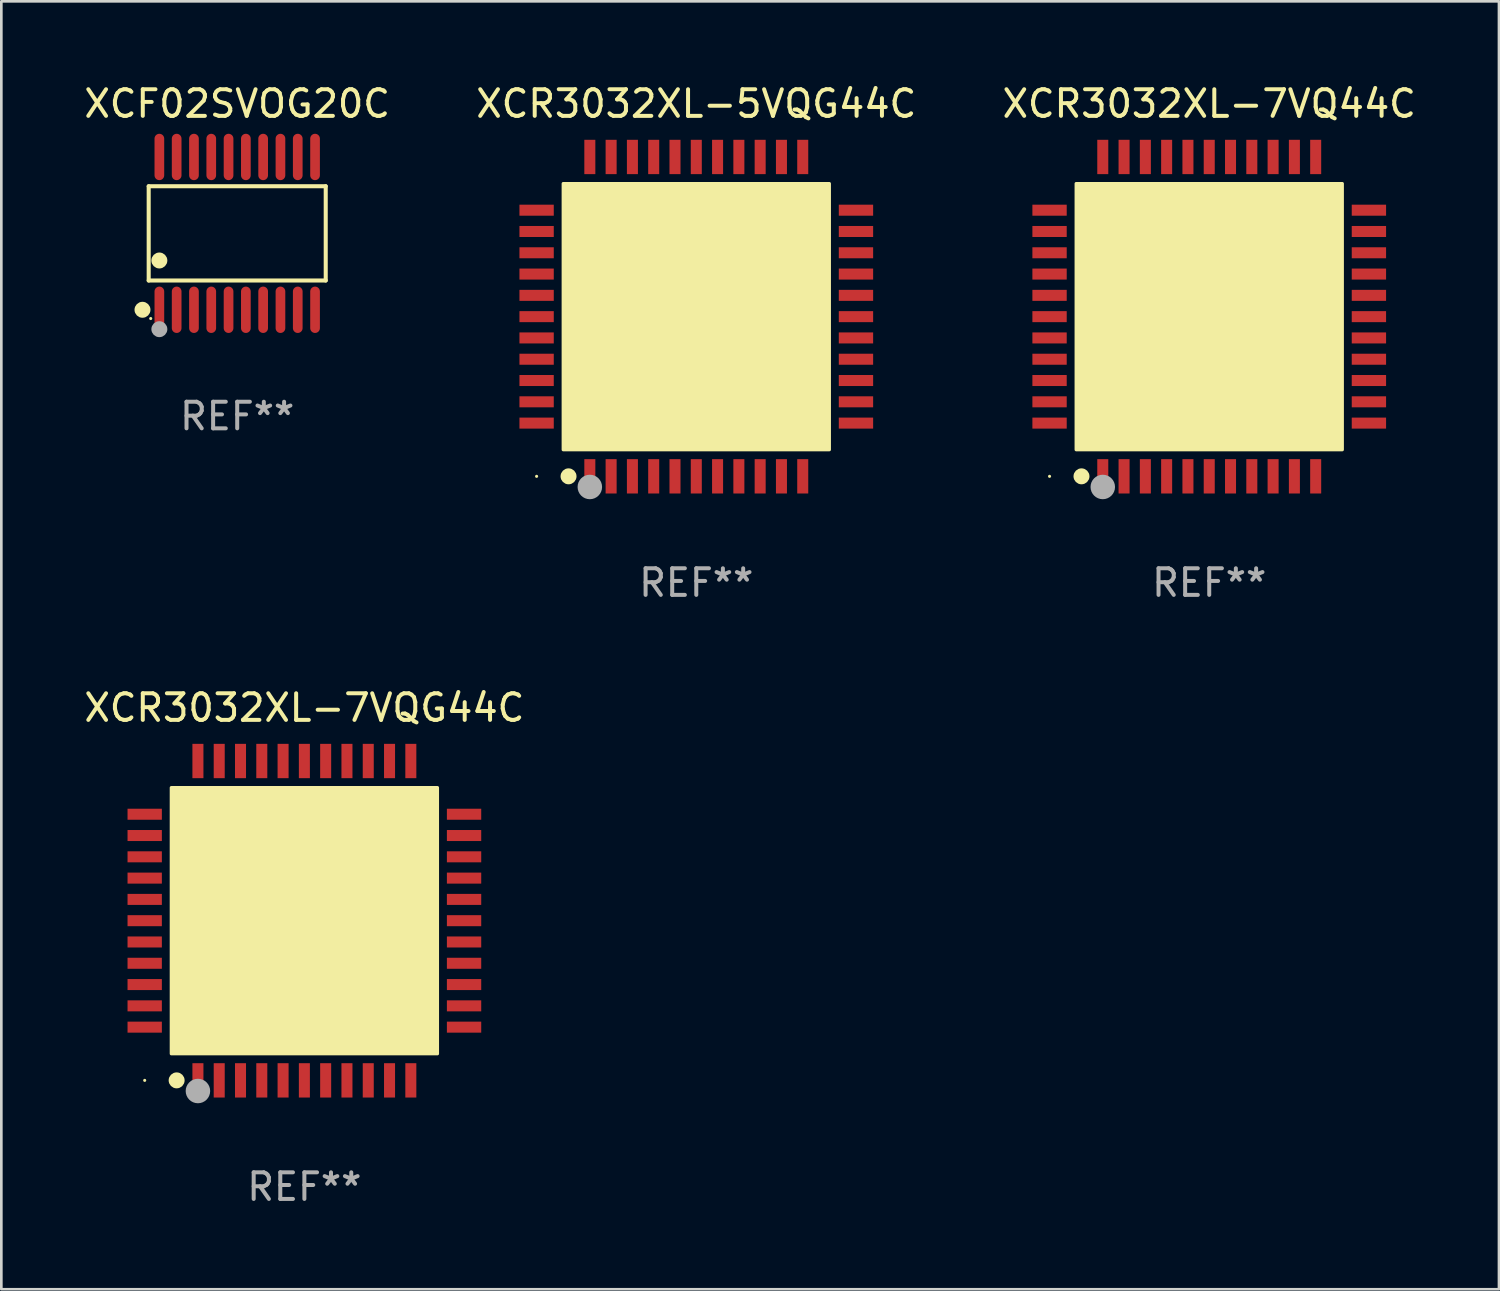
<source format=kicad_pcb>
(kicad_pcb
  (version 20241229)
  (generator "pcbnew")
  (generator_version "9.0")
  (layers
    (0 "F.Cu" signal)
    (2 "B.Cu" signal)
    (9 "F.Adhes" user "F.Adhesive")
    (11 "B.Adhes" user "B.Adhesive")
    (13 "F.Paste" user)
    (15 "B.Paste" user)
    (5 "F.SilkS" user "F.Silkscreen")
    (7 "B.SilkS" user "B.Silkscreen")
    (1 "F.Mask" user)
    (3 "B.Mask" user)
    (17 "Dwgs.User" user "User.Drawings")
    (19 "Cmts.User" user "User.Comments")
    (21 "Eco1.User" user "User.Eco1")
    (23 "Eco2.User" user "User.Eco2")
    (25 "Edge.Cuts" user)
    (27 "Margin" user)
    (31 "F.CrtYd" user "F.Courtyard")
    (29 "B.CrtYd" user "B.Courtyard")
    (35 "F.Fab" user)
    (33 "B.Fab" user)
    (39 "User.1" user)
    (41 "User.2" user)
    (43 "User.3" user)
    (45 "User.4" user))
  (footprint "XCR3032XL-7VQ44C"
    (layer "F.Cu")
    (at 42.387 8.848)
    (property "Reference" "XCR3032XL-7VQ44C" (at 0 -8 0) (layer "F.SilkS") (effects (font (size 1 1) (thickness 0.15))))
    (attr through_hole)
    (fp_circle (center -6 6) (end -5.97 6) (stroke (width 0.06) (type solid)) (fill no) (layer "F.SilkS"))
    (fp_circle (center -4.8 6) (end -4.65 6) (stroke (width 0.3) (type solid)) (fill no) (layer "F.SilkS"))
    (fp_poly (pts (xy -5 -5) (xy 5 -5) (xy 5 5) (xy -5 5)) (stroke (width 0.12) (type solid)) (fill yes) (layer "F.SilkS"))
    (fp_circle (center -4 6.4) (end -3.77 6.4) (stroke (width 0.46) (type solid)) (fill no) (layer "F.Fab"))
    (fp_text user "REF**" (at 0 10 0) (layer "F.Fab") (effects (font (size 1 1) (thickness 0.15))))
    (pad "1" smd rect (at -4 6 90) (size 1.29 0.414) (layers "F.Cu" "F.Mask" "F.Paste"))
    (pad "2" smd rect (at -3.2 6 90) (size 1.29 0.414) (layers "F.Cu" "F.Mask" "F.Paste"))
    (pad "3" smd rect (at -2.4 6 90) (size 1.29 0.414) (layers "F.Cu" "F.Mask" "F.Paste"))
    (pad "4" smd rect (at -1.6 6 90) (size 1.29 0.414) (layers "F.Cu" "F.Mask" "F.Paste"))
    (pad "5" smd rect (at -0.8 6 90) (size 1.29 0.414) (layers "F.Cu" "F.Mask" "F.Paste"))
    (pad "6" smd rect (at 0 6 90) (size 1.29 0.414) (layers "F.Cu" "F.Mask" "F.Paste"))
    (pad "7" smd rect (at 0.8 6 90) (size 1.29 0.414) (layers "F.Cu" "F.Mask" "F.Paste"))
    (pad "8" smd rect (at 1.6 6 90) (size 1.29 0.414) (layers "F.Cu" "F.Mask" "F.Paste"))
    (pad "9" smd rect (at 2.4 6 90) (size 1.29 0.414) (layers "F.Cu" "F.Mask" "F.Paste"))
    (pad "10" smd rect (at 3.2 6 90) (size 1.29 0.414) (layers "F.Cu" "F.Mask" "F.Paste"))
    (pad "11" smd rect (at 4 6 90) (size 1.29 0.414) (layers "F.Cu" "F.Mask" "F.Paste"))
    (pad "12" smd rect (at 6 4 90) (size 0.414 1.29) (layers "F.Cu" "F.Mask" "F.Paste"))
    (pad "13" smd rect (at 6 3.2 90) (size 0.414 1.29) (layers "F.Cu" "F.Mask" "F.Paste"))
    (pad "14" smd rect (at 6 2.4 90) (size 0.414 1.29) (layers "F.Cu" "F.Mask" "F.Paste"))
    (pad "15" smd rect (at 6 1.6 90) (size 0.414 1.29) (layers "F.Cu" "F.Mask" "F.Paste"))
    (pad "16" smd rect (at 6 0.8 90) (size 0.414 1.29) (layers "F.Cu" "F.Mask" "F.Paste"))
    (pad "17" smd rect (at 6 0 90) (size 0.414 1.29) (layers "F.Cu" "F.Mask" "F.Paste"))
    (pad "18" smd rect (at 6 -0.8 90) (size 0.414 1.29) (layers "F.Cu" "F.Mask" "F.Paste"))
    (pad "19" smd rect (at 6 -1.6 90) (size 0.414 1.29) (layers "F.Cu" "F.Mask" "F.Paste"))
    (pad "20" smd rect (at 6 -2.4 90) (size 0.414 1.29) (layers "F.Cu" "F.Mask" "F.Paste"))
    (pad "21" smd rect (at 6 -3.2 90) (size 0.414 1.29) (layers "F.Cu" "F.Mask" "F.Paste"))
    (pad "22" smd rect (at 6 -4 90) (size 0.414 1.29) (layers "F.Cu" "F.Mask" "F.Paste"))
    (pad "23" smd rect (at 4 -6 90) (size 1.29 0.414) (layers "F.Cu" "F.Mask" "F.Paste"))
    (pad "24" smd rect (at 3.2 -6 90) (size 1.29 0.414) (layers "F.Cu" "F.Mask" "F.Paste"))
    (pad "25" smd rect (at 2.4 -6 90) (size 1.29 0.414) (layers "F.Cu" "F.Mask" "F.Paste"))
    (pad "26" smd rect (at 1.6 -6 90) (size 1.29 0.414) (layers "F.Cu" "F.Mask" "F.Paste"))
    (pad "27" smd rect (at 0.8 -6 90) (size 1.29 0.414) (layers "F.Cu" "F.Mask" "F.Paste"))
    (pad "28" smd rect (at 0 -6 90) (size 1.29 0.414) (layers "F.Cu" "F.Mask" "F.Paste"))
    (pad "29" smd rect (at -0.8 -6 90) (size 1.29 0.414) (layers "F.Cu" "F.Mask" "F.Paste"))
    (pad "30" smd rect (at -1.6 -6 90) (size 1.29 0.414) (layers "F.Cu" "F.Mask" "F.Paste"))
    (pad "31" smd rect (at -2.4 -6 90) (size 1.29 0.414) (layers "F.Cu" "F.Mask" "F.Paste"))
    (pad "32" smd rect (at -3.2 -6 90) (size 1.29 0.414) (layers "F.Cu" "F.Mask" "F.Paste"))
    (pad "33" smd rect (at -4 -6 90) (size 1.29 0.414) (layers "F.Cu" "F.Mask" "F.Paste"))
    (pad "34" smd rect (at -6 -4 180) (size 1.29 0.414) (layers "F.Cu" "F.Mask" "F.Paste"))
    (pad "35" smd rect (at -6 -3.2 180) (size 1.29 0.414) (layers "F.Cu" "F.Mask" "F.Paste"))
    (pad "36" smd rect (at -6 -2.4 180) (size 1.29 0.414) (layers "F.Cu" "F.Mask" "F.Paste"))
    (pad "37" smd rect (at -6 -1.6 180) (size 1.29 0.414) (layers "F.Cu" "F.Mask" "F.Paste"))
    (pad "38" smd rect (at -6 -0.8 180) (size 1.29 0.414) (layers "F.Cu" "F.Mask" "F.Paste"))
    (pad "39" smd rect (at -6 0 180) (size 1.29 0.414) (layers "F.Cu" "F.Mask" "F.Paste"))
    (pad "40" smd rect (at -6 0.8 180) (size 1.29 0.414) (layers "F.Cu" "F.Mask" "F.Paste"))
    (pad "41" smd rect (at -6 1.6 180) (size 1.29 0.414) (layers "F.Cu" "F.Mask" "F.Paste"))
    (pad "42" smd rect (at -6 2.4 180) (size 1.29 0.414) (layers "F.Cu" "F.Mask" "F.Paste"))
    (pad "43" smd rect (at -6 3.2 180) (size 1.29 0.414) (layers "F.Cu" "F.Mask" "F.Paste"))
    (pad "44" smd rect (at -6 4 180) (size 1.29 0.414) (layers "F.Cu" "F.Mask" "F.Paste")))
  (footprint "XCR3032XL-7VQG44C"
    (layer "F.Cu")
    (at 8.387 31.545)
    (property "Reference" "XCR3032XL-7VQG44C" (at 0 -8 0) (layer "F.SilkS") (effects (font (size 1 1) (thickness 0.15))))
    (attr through_hole)
    (fp_circle (center -6 6) (end -5.97 6) (stroke (width 0.06) (type solid)) (fill no) (layer "F.SilkS"))
    (fp_circle (center -4.8 6) (end -4.65 6) (stroke (width 0.3) (type solid)) (fill no) (layer "F.SilkS"))
    (fp_poly (pts (xy -5 -5) (xy 5 -5) (xy 5 5) (xy -5 5)) (stroke (width 0.12) (type solid)) (fill yes) (layer "F.SilkS"))
    (fp_circle (center -4 6.4) (end -3.77 6.4) (stroke (width 0.46) (type solid)) (fill no) (layer "F.Fab"))
    (fp_text user "REF**" (at 0 10 0) (layer "F.Fab") (effects (font (size 1 1) (thickness 0.15))))
    (pad "1" smd rect (at -4 6 90) (size 1.29 0.414) (layers "F.Cu" "F.Mask" "F.Paste"))
    (pad "2" smd rect (at -3.2 6 90) (size 1.29 0.414) (layers "F.Cu" "F.Mask" "F.Paste"))
    (pad "3" smd rect (at -2.4 6 90) (size 1.29 0.414) (layers "F.Cu" "F.Mask" "F.Paste"))
    (pad "4" smd rect (at -1.6 6 90) (size 1.29 0.414) (layers "F.Cu" "F.Mask" "F.Paste"))
    (pad "5" smd rect (at -0.8 6 90) (size 1.29 0.414) (layers "F.Cu" "F.Mask" "F.Paste"))
    (pad "6" smd rect (at 0 6 90) (size 1.29 0.414) (layers "F.Cu" "F.Mask" "F.Paste"))
    (pad "7" smd rect (at 0.8 6 90) (size 1.29 0.414) (layers "F.Cu" "F.Mask" "F.Paste"))
    (pad "8" smd rect (at 1.6 6 90) (size 1.29 0.414) (layers "F.Cu" "F.Mask" "F.Paste"))
    (pad "9" smd rect (at 2.4 6 90) (size 1.29 0.414) (layers "F.Cu" "F.Mask" "F.Paste"))
    (pad "10" smd rect (at 3.2 6 90) (size 1.29 0.414) (layers "F.Cu" "F.Mask" "F.Paste"))
    (pad "11" smd rect (at 4 6 90) (size 1.29 0.414) (layers "F.Cu" "F.Mask" "F.Paste"))
    (pad "12" smd rect (at 6 4 90) (size 0.414 1.29) (layers "F.Cu" "F.Mask" "F.Paste"))
    (pad "13" smd rect (at 6 3.2 90) (size 0.414 1.29) (layers "F.Cu" "F.Mask" "F.Paste"))
    (pad "14" smd rect (at 6 2.4 90) (size 0.414 1.29) (layers "F.Cu" "F.Mask" "F.Paste"))
    (pad "15" smd rect (at 6 1.6 90) (size 0.414 1.29) (layers "F.Cu" "F.Mask" "F.Paste"))
    (pad "16" smd rect (at 6 0.8 90) (size 0.414 1.29) (layers "F.Cu" "F.Mask" "F.Paste"))
    (pad "17" smd rect (at 6 0 90) (size 0.414 1.29) (layers "F.Cu" "F.Mask" "F.Paste"))
    (pad "18" smd rect (at 6 -0.8 90) (size 0.414 1.29) (layers "F.Cu" "F.Mask" "F.Paste"))
    (pad "19" smd rect (at 6 -1.6 90) (size 0.414 1.29) (layers "F.Cu" "F.Mask" "F.Paste"))
    (pad "20" smd rect (at 6 -2.4 90) (size 0.414 1.29) (layers "F.Cu" "F.Mask" "F.Paste"))
    (pad "21" smd rect (at 6 -3.2 90) (size 0.414 1.29) (layers "F.Cu" "F.Mask" "F.Paste"))
    (pad "22" smd rect (at 6 -4 90) (size 0.414 1.29) (layers "F.Cu" "F.Mask" "F.Paste"))
    (pad "23" smd rect (at 4 -6 90) (size 1.29 0.414) (layers "F.Cu" "F.Mask" "F.Paste"))
    (pad "24" smd rect (at 3.2 -6 90) (size 1.29 0.414) (layers "F.Cu" "F.Mask" "F.Paste"))
    (pad "25" smd rect (at 2.4 -6 90) (size 1.29 0.414) (layers "F.Cu" "F.Mask" "F.Paste"))
    (pad "26" smd rect (at 1.6 -6 90) (size 1.29 0.414) (layers "F.Cu" "F.Mask" "F.Paste"))
    (pad "27" smd rect (at 0.8 -6 90) (size 1.29 0.414) (layers "F.Cu" "F.Mask" "F.Paste"))
    (pad "28" smd rect (at 0 -6 90) (size 1.29 0.414) (layers "F.Cu" "F.Mask" "F.Paste"))
    (pad "29" smd rect (at -0.8 -6 90) (size 1.29 0.414) (layers "F.Cu" "F.Mask" "F.Paste"))
    (pad "30" smd rect (at -1.6 -6 90) (size 1.29 0.414) (layers "F.Cu" "F.Mask" "F.Paste"))
    (pad "31" smd rect (at -2.4 -6 90) (size 1.29 0.414) (layers "F.Cu" "F.Mask" "F.Paste"))
    (pad "32" smd rect (at -3.2 -6 90) (size 1.29 0.414) (layers "F.Cu" "F.Mask" "F.Paste"))
    (pad "33" smd rect (at -4 -6 90) (size 1.29 0.414) (layers "F.Cu" "F.Mask" "F.Paste"))
    (pad "34" smd rect (at -6 -4 180) (size 1.29 0.414) (layers "F.Cu" "F.Mask" "F.Paste"))
    (pad "35" smd rect (at -6 -3.2 180) (size 1.29 0.414) (layers "F.Cu" "F.Mask" "F.Paste"))
    (pad "36" smd rect (at -6 -2.4 180) (size 1.29 0.414) (layers "F.Cu" "F.Mask" "F.Paste"))
    (pad "37" smd rect (at -6 -1.6 180) (size 1.29 0.414) (layers "F.Cu" "F.Mask" "F.Paste"))
    (pad "38" smd rect (at -6 -0.8 180) (size 1.29 0.414) (layers "F.Cu" "F.Mask" "F.Paste"))
    (pad "39" smd rect (at -6 0 180) (size 1.29 0.414) (layers "F.Cu" "F.Mask" "F.Paste"))
    (pad "40" smd rect (at -6 0.8 180) (size 1.29 0.414) (layers "F.Cu" "F.Mask" "F.Paste"))
    (pad "41" smd rect (at -6 1.6 180) (size 1.29 0.414) (layers "F.Cu" "F.Mask" "F.Paste"))
    (pad "42" smd rect (at -6 2.4 180) (size 1.29 0.414) (layers "F.Cu" "F.Mask" "F.Paste"))
    (pad "43" smd rect (at -6 3.2 180) (size 1.29 0.414) (layers "F.Cu" "F.Mask" "F.Paste"))
    (pad "44" smd rect (at -6 4 180) (size 1.29 0.414) (layers "F.Cu" "F.Mask" "F.Paste")))
  (footprint "XCR3032XL-5VQG44C"
    (layer "F.Cu")
    (at 23.113 8.848)
    (property "Reference" "XCR3032XL-5VQG44C" (at 0 -8 0) (layer "F.SilkS") (effects (font (size 1 1) (thickness 0.15))))
    (attr through_hole)
    (fp_circle (center -6 6) (end -5.97 6) (stroke (width 0.06) (type solid)) (fill no) (layer "F.SilkS"))
    (fp_circle (center -4.8 6) (end -4.65 6) (stroke (width 0.3) (type solid)) (fill no) (layer "F.SilkS"))
    (fp_poly (pts (xy -5 -5) (xy 5 -5) (xy 5 5) (xy -5 5)) (stroke (width 0.12) (type solid)) (fill yes) (layer "F.SilkS"))
    (fp_circle (center -4 6.4) (end -3.77 6.4) (stroke (width 0.46) (type solid)) (fill no) (layer "F.Fab"))
    (fp_text user "REF**" (at 0 10 0) (layer "F.Fab") (effects (font (size 1 1) (thickness 0.15))))
    (pad "1" smd rect (at -4 6 90) (size 1.29 0.414) (layers "F.Cu" "F.Mask" "F.Paste"))
    (pad "2" smd rect (at -3.2 6 90) (size 1.29 0.414) (layers "F.Cu" "F.Mask" "F.Paste"))
    (pad "3" smd rect (at -2.4 6 90) (size 1.29 0.414) (layers "F.Cu" "F.Mask" "F.Paste"))
    (pad "4" smd rect (at -1.6 6 90) (size 1.29 0.414) (layers "F.Cu" "F.Mask" "F.Paste"))
    (pad "5" smd rect (at -0.8 6 90) (size 1.29 0.414) (layers "F.Cu" "F.Mask" "F.Paste"))
    (pad "6" smd rect (at 0 6 90) (size 1.29 0.414) (layers "F.Cu" "F.Mask" "F.Paste"))
    (pad "7" smd rect (at 0.8 6 90) (size 1.29 0.414) (layers "F.Cu" "F.Mask" "F.Paste"))
    (pad "8" smd rect (at 1.6 6 90) (size 1.29 0.414) (layers "F.Cu" "F.Mask" "F.Paste"))
    (pad "9" smd rect (at 2.4 6 90) (size 1.29 0.414) (layers "F.Cu" "F.Mask" "F.Paste"))
    (pad "10" smd rect (at 3.2 6 90) (size 1.29 0.414) (layers "F.Cu" "F.Mask" "F.Paste"))
    (pad "11" smd rect (at 4 6 90) (size 1.29 0.414) (layers "F.Cu" "F.Mask" "F.Paste"))
    (pad "12" smd rect (at 6 4 90) (size 0.414 1.29) (layers "F.Cu" "F.Mask" "F.Paste"))
    (pad "13" smd rect (at 6 3.2 90) (size 0.414 1.29) (layers "F.Cu" "F.Mask" "F.Paste"))
    (pad "14" smd rect (at 6 2.4 90) (size 0.414 1.29) (layers "F.Cu" "F.Mask" "F.Paste"))
    (pad "15" smd rect (at 6 1.6 90) (size 0.414 1.29) (layers "F.Cu" "F.Mask" "F.Paste"))
    (pad "16" smd rect (at 6 0.8 90) (size 0.414 1.29) (layers "F.Cu" "F.Mask" "F.Paste"))
    (pad "17" smd rect (at 6 0 90) (size 0.414 1.29) (layers "F.Cu" "F.Mask" "F.Paste"))
    (pad "18" smd rect (at 6 -0.8 90) (size 0.414 1.29) (layers "F.Cu" "F.Mask" "F.Paste"))
    (pad "19" smd rect (at 6 -1.6 90) (size 0.414 1.29) (layers "F.Cu" "F.Mask" "F.Paste"))
    (pad "20" smd rect (at 6 -2.4 90) (size 0.414 1.29) (layers "F.Cu" "F.Mask" "F.Paste"))
    (pad "21" smd rect (at 6 -3.2 90) (size 0.414 1.29) (layers "F.Cu" "F.Mask" "F.Paste"))
    (pad "22" smd rect (at 6 -4 90) (size 0.414 1.29) (layers "F.Cu" "F.Mask" "F.Paste"))
    (pad "23" smd rect (at 4 -6 90) (size 1.29 0.414) (layers "F.Cu" "F.Mask" "F.Paste"))
    (pad "24" smd rect (at 3.2 -6 90) (size 1.29 0.414) (layers "F.Cu" "F.Mask" "F.Paste"))
    (pad "25" smd rect (at 2.4 -6 90) (size 1.29 0.414) (layers "F.Cu" "F.Mask" "F.Paste"))
    (pad "26" smd rect (at 1.6 -6 90) (size 1.29 0.414) (layers "F.Cu" "F.Mask" "F.Paste"))
    (pad "27" smd rect (at 0.8 -6 90) (size 1.29 0.414) (layers "F.Cu" "F.Mask" "F.Paste"))
    (pad "28" smd rect (at 0 -6 90) (size 1.29 0.414) (layers "F.Cu" "F.Mask" "F.Paste"))
    (pad "29" smd rect (at -0.8 -6 90) (size 1.29 0.414) (layers "F.Cu" "F.Mask" "F.Paste"))
    (pad "30" smd rect (at -1.6 -6 90) (size 1.29 0.414) (layers "F.Cu" "F.Mask" "F.Paste"))
    (pad "31" smd rect (at -2.4 -6 90) (size 1.29 0.414) (layers "F.Cu" "F.Mask" "F.Paste"))
    (pad "32" smd rect (at -3.2 -6 90) (size 1.29 0.414) (layers "F.Cu" "F.Mask" "F.Paste"))
    (pad "33" smd rect (at -4 -6 90) (size 1.29 0.414) (layers "F.Cu" "F.Mask" "F.Paste"))
    (pad "34" smd rect (at -6 -4 180) (size 1.29 0.414) (layers "F.Cu" "F.Mask" "F.Paste"))
    (pad "35" smd rect (at -6 -3.2 180) (size 1.29 0.414) (layers "F.Cu" "F.Mask" "F.Paste"))
    (pad "36" smd rect (at -6 -2.4 180) (size 1.29 0.414) (layers "F.Cu" "F.Mask" "F.Paste"))
    (pad "37" smd rect (at -6 -1.6 180) (size 1.29 0.414) (layers "F.Cu" "F.Mask" "F.Paste"))
    (pad "38" smd rect (at -6 -0.8 180) (size 1.29 0.414) (layers "F.Cu" "F.Mask" "F.Paste"))
    (pad "39" smd rect (at -6 0 180) (size 1.29 0.414) (layers "F.Cu" "F.Mask" "F.Paste"))
    (pad "40" smd rect (at -6 0.8 180) (size 1.29 0.414) (layers "F.Cu" "F.Mask" "F.Paste"))
    (pad "41" smd rect (at -6 1.6 180) (size 1.29 0.414) (layers "F.Cu" "F.Mask" "F.Paste"))
    (pad "42" smd rect (at -6 2.4 180) (size 1.29 0.414) (layers "F.Cu" "F.Mask" "F.Paste"))
    (pad "43" smd rect (at -6 3.2 180) (size 1.29 0.414) (layers "F.Cu" "F.Mask" "F.Paste"))
    (pad "44" smd rect (at -6 4 180) (size 1.29 0.414) (layers "F.Cu" "F.Mask" "F.Paste")))
  (footprint "XCF02SVOG20C"
    (layer "F.Cu")
    (at 5.863 5.719)
    (property "Reference" "XCF02SVOG20C" (at 0 -4.871 0) (layer "F.SilkS") (effects (font (size 1 1) (thickness 0.15))))
    (attr through_hole)
    (fp_line (start -3.326 -1.771) (end 3.326 -1.771) (stroke (width 0.152) (type solid)) (layer "F.SilkS"))
    (fp_line (start -3.326 1.771) (end -3.326 -1.771) (stroke (width 0.152) (type solid)) (layer "F.SilkS"))
    (fp_line (start 3.326 -1.771) (end 3.326 1.771) (stroke (width 0.152) (type solid)) (layer "F.SilkS"))
    (fp_line (start 3.326 1.771) (end -3.326 1.771) (stroke (width 0.152) (type solid)) (layer "F.SilkS"))
    (fp_circle (center -3.559 2.871) (end -3.409 2.871) (stroke (width 0.3) (type solid)) (fill no) (layer "F.SilkS"))
    (fp_circle (center -3.25 3.2) (end -3.22 3.2) (stroke (width 0.06) (type solid)) (fill no) (layer "F.SilkS"))
    (fp_circle (center -2.925 1.019) (end -2.775 1.019) (stroke (width 0.3) (type solid)) (fill no) (layer "F.SilkS"))
    (fp_circle (center -2.925 3.6) (end -2.775 3.6) (stroke (width 0.3) (type solid)) (fill no) (layer "F.Fab"))
    (fp_text user "REF**" (at 0 6.871 0) (layer "F.Fab") (effects (font (size 1 1) (thickness 0.15))))
    (pad "1" smd oval (at -2.925 2.871) (size 0.364 1.742) (layers "F.Cu" "F.Mask" "F.Paste"))
    (pad "2" smd oval (at -2.275 2.871) (size 0.364 1.742) (layers "F.Cu" "F.Mask" "F.Paste"))
    (pad "3" smd oval (at -1.625 2.871) (size 0.364 1.742) (layers "F.Cu" "F.Mask" "F.Paste"))
    (pad "4" smd oval (at -0.975 2.871) (size 0.364 1.742) (layers "F.Cu" "F.Mask" "F.Paste"))
    (pad "5" smd oval (at -0.325 2.871) (size 0.364 1.742) (layers "F.Cu" "F.Mask" "F.Paste"))
    (pad "6" smd oval (at 0.325 2.871) (size 0.364 1.742) (layers "F.Cu" "F.Mask" "F.Paste"))
    (pad "7" smd oval (at 0.975 2.871) (size 0.364 1.742) (layers "F.Cu" "F.Mask" "F.Paste"))
    (pad "8" smd oval (at 1.625 2.871) (size 0.364 1.742) (layers "F.Cu" "F.Mask" "F.Paste"))
    (pad "9" smd oval (at 2.275 2.871) (size 0.364 1.742) (layers "F.Cu" "F.Mask" "F.Paste"))
    (pad "10" smd oval (at 2.925 2.871) (size 0.364 1.742) (layers "F.Cu" "F.Mask" "F.Paste"))
    (pad "11" smd oval (at 2.925 -2.871) (size 0.364 1.742) (layers "F.Cu" "F.Mask" "F.Paste"))
    (pad "12" smd oval (at 2.275 -2.871) (size 0.364 1.742) (layers "F.Cu" "F.Mask" "F.Paste"))
    (pad "13" smd oval (at 1.625 -2.871) (size 0.364 1.742) (layers "F.Cu" "F.Mask" "F.Paste"))
    (pad "14" smd oval (at 0.975 -2.871) (size 0.364 1.742) (layers "F.Cu" "F.Mask" "F.Paste"))
    (pad "15" smd oval (at 0.325 -2.871) (size 0.364 1.742) (layers "F.Cu" "F.Mask" "F.Paste"))
    (pad "16" smd oval (at -0.325 -2.871) (size 0.364 1.742) (layers "F.Cu" "F.Mask" "F.Paste"))
    (pad "17" smd oval (at -0.975 -2.871) (size 0.364 1.742) (layers "F.Cu" "F.Mask" "F.Paste"))
    (pad "18" smd oval (at -1.625 -2.871) (size 0.364 1.742) (layers "F.Cu" "F.Mask" "F.Paste"))
    (pad "19" smd oval (at -2.275 -2.871) (size 0.364 1.742) (layers "F.Cu" "F.Mask" "F.Paste"))
    (pad "20" smd oval (at -2.925 -2.871) (size 0.364 1.742) (layers "F.Cu" "F.Mask" "F.Paste")))
  (gr_rect
    (start -3 -3)
    (end 53.274 45.393)
    (stroke (width 0.1) (type default))
    (fill no)
    (layer "Edge.Cuts")))
</source>
